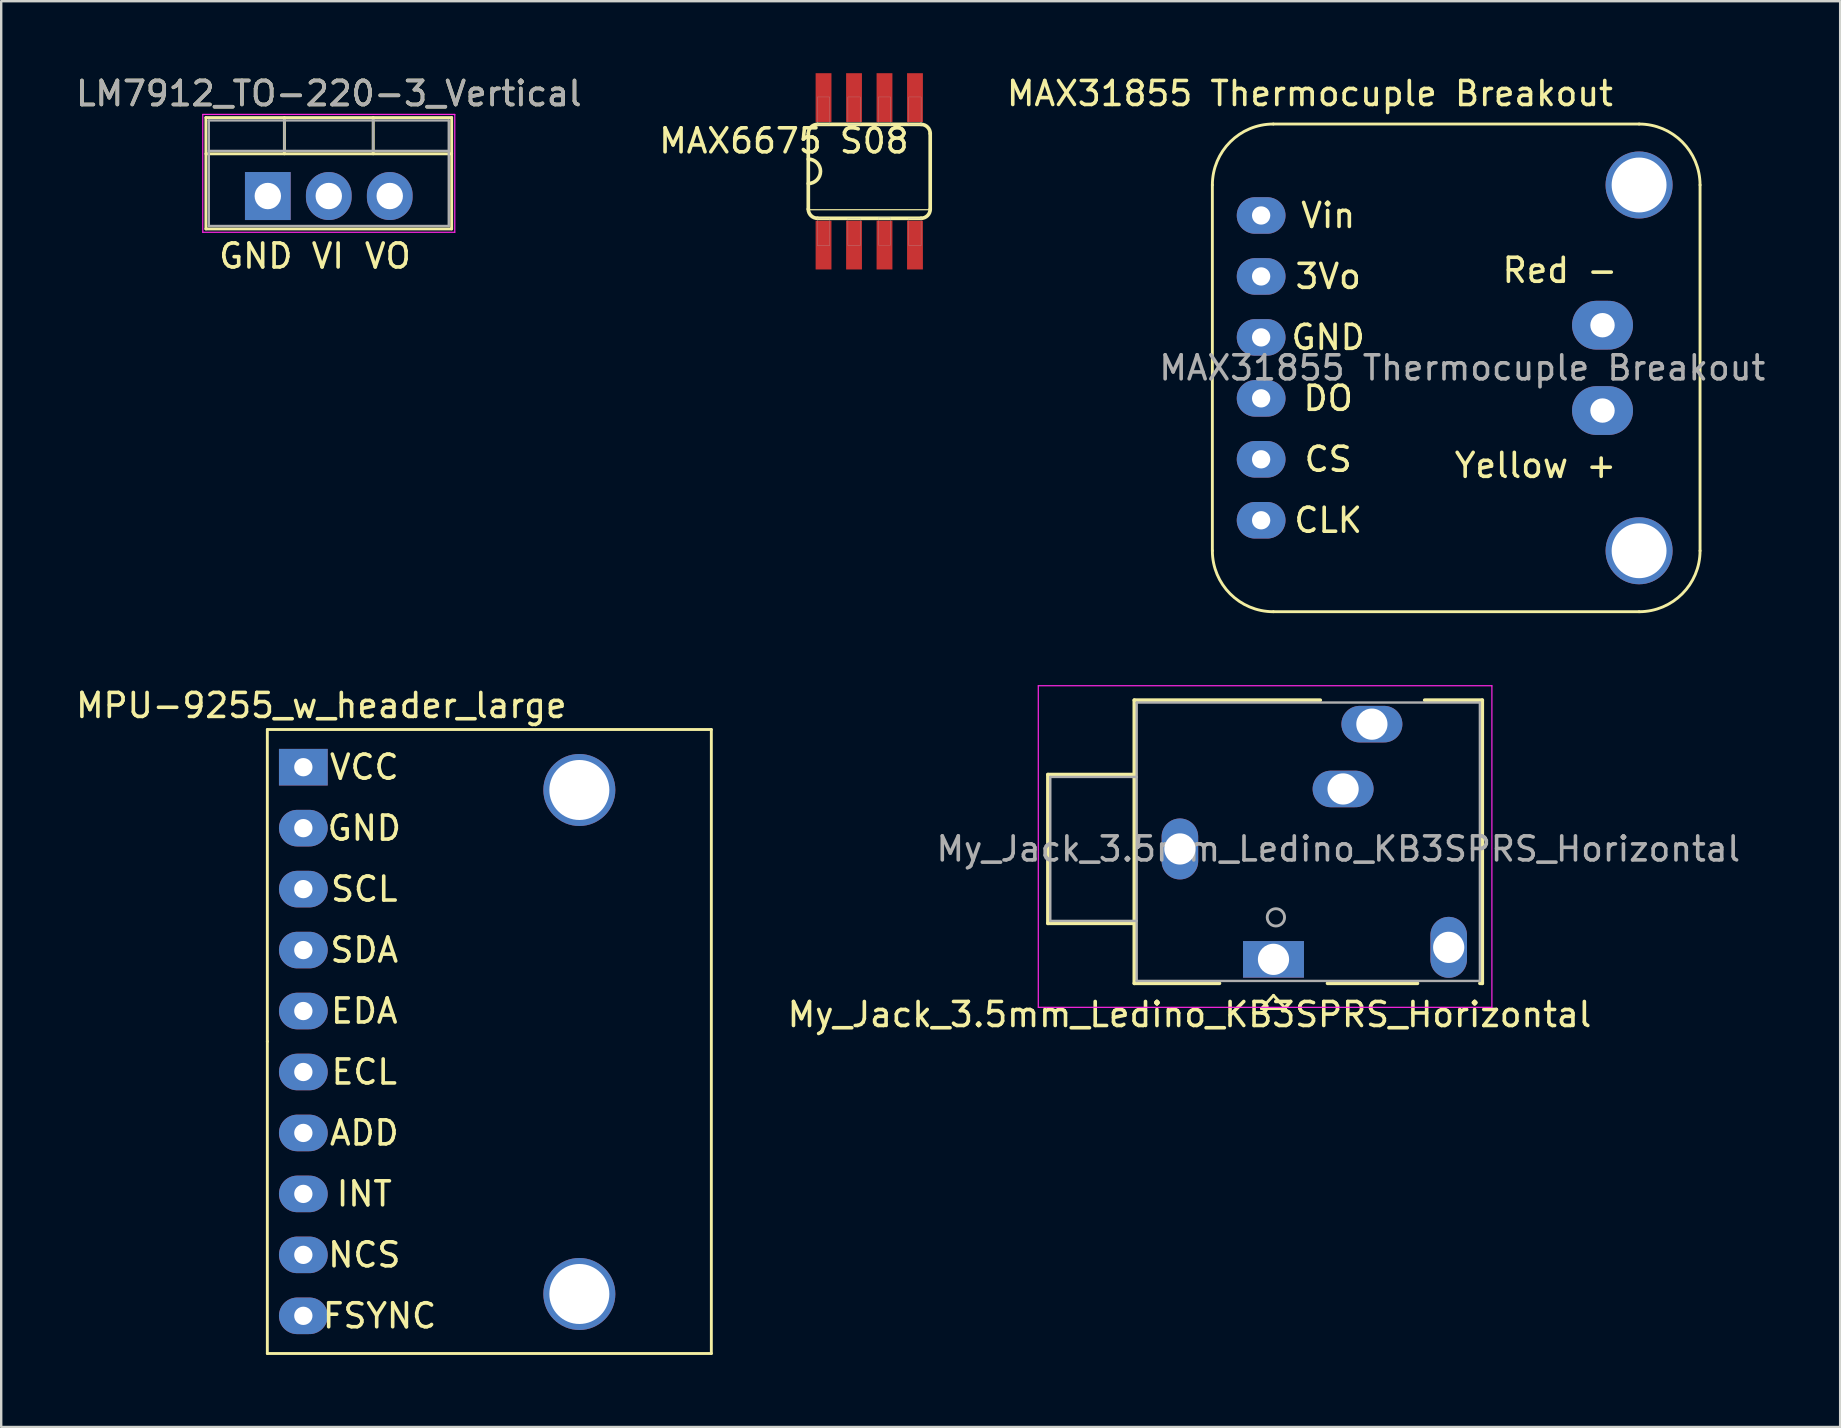
<source format=kicad_pcb>
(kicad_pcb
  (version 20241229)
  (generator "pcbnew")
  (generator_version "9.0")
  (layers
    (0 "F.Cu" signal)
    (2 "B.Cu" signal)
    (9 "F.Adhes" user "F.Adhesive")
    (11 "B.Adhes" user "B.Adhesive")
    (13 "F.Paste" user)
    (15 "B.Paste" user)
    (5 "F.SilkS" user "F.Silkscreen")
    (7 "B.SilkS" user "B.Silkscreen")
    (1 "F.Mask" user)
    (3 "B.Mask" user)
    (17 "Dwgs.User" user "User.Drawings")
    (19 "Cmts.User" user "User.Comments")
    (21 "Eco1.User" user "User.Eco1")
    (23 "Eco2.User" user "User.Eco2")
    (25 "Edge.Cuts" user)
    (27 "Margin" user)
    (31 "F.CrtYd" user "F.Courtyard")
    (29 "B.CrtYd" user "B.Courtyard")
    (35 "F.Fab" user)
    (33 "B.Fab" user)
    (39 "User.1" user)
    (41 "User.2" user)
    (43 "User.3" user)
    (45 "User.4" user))
  (footprint "MPU-9255_w_header_large"
    (layer "F.Cu")
    (at 9.589 28.916)
    (property "Reference" "MPU-9255_w_header_large" (at 0.75 -2.57 0) (layer "F.SilkS") (effects (font (size 1 1) (thickness 0.15))))
    (attr through_hole)
    (fp_line (start -1.5 -1.57) (end 17 -1.57) (stroke (width 0.12) (type solid)) (layer "F.SilkS"))
    (fp_line (start -1.5 11.43) (end -1.5 -1.57) (stroke (width 0.12) (type solid)) (layer "F.SilkS"))
    (fp_line (start -1.5 24.43) (end -1.5 11.43) (stroke (width 0.12) (type solid)) (layer "F.SilkS"))
    (fp_line (start 17 -1.57) (end 17 24.43) (stroke (width 0.12) (type solid)) (layer "F.SilkS"))
    (fp_line (start 17 24.43) (end -1.5 24.43) (stroke (width 0.12) (type solid)) (layer "F.SilkS"))
    (fp_text user "NCS" (at 2.54 20.32 0) (layer "F.SilkS") (effects (font (size 1 1) (thickness 0.15))))
    (fp_text user "ECL" (at 2.54 12.7 0) (layer "F.SilkS") (effects (font (size 1 1) (thickness 0.15))))
    (fp_text user "INT" (at 2.54 17.78 0) (layer "F.SilkS") (effects (font (size 1 1) (thickness 0.15))))
    (fp_text user "SDA" (at 2.54 7.62 0) (layer "F.SilkS") (effects (font (size 1 1) (thickness 0.15))))
    (fp_text user "VCC" (at 2.54 0 0) (layer "F.SilkS") (effects (font (size 1 1) (thickness 0.15))))
    (fp_text user "EDA" (at 2.54 10.16 0) (layer "F.SilkS") (effects (font (size 1 1) (thickness 0.15))))
    (fp_text user "FSYNC" (at 3.175 22.86 0) (layer "F.SilkS") (effects (font (size 1 1) (thickness 0.15))))
    (fp_text user "SCL" (at 2.54 5.08 0) (layer "F.SilkS") (effects (font (size 1 1) (thickness 0.15))))
    (fp_text user "ADD" (at 2.54 15.24 0) (layer "F.SilkS") (effects (font (size 1 1) (thickness 0.15))))
    (fp_text user "GND" (at 2.54 2.54 0) (layer "F.SilkS") (effects (font (size 1 1) (thickness 0.15))))
    (pad "" np_thru_hole circle (at 11.5 0.95) (size 3 3) (drill 2.5) (layers "*.Cu" "*.Mask"))
    (pad "" np_thru_hole circle (at 11.5 21.95) (size 3 3) (drill 2.5) (layers "*.Cu" "*.Mask"))
    (pad "1" thru_hole rect (at 0 0) (size 2.032 1.524) (drill 0.762) (layers "*.Cu" "*.Mask"))
    (pad "2" thru_hole oval (at 0 2.54) (size 2.032 1.524) (drill 0.762) (layers "*.Cu" "*.Mask"))
    (pad "3" thru_hole oval (at 0 5.08) (size 2.032 1.524) (drill 0.762) (layers "*.Cu" "*.Mask"))
    (pad "4" thru_hole oval (at 0 7.62) (size 2.032 1.524) (drill 0.762) (layers "*.Cu" "*.Mask"))
    (pad "5" thru_hole oval (at 0 10.16) (size 2.032 1.524) (drill 0.762) (layers "*.Cu" "*.Mask"))
    (pad "6" thru_hole oval (at 0 12.7) (size 2.032 1.524) (drill 0.762) (layers "*.Cu" "*.Mask"))
    (pad "7" thru_hole oval (at 0 15.24) (size 2.032 1.524) (drill 0.762) (layers "*.Cu" "*.Mask"))
    (pad "8" thru_hole oval (at 0 17.78) (size 2.032 1.524) (drill 0.762) (layers "*.Cu" "*.Mask"))
    (pad "9" thru_hole oval (at 0 20.32) (size 2.032 1.524) (drill 0.762) (layers "*.Cu" "*.Mask"))
    (pad "10" thru_hole oval (at 0 22.86) (size 2.032 1.524) (drill 0.762) (layers "*.Cu" "*.Mask")))
  (footprint "MAX6675 S08"
    (layer "F.Cu")
    (at 33.169 4.089)
    (property "Reference" "MAX6675 S08" (at -3.556 -1.27 180) (layer "F.SilkS") (effects (font (size 1 1) (thickness 0.15))))
    (attr through_hole)
    (fp_line (start -2.54 -1.575) (end -2.54 1.575) (stroke (width 0.152) (type solid)) (layer "F.SilkS"))
    (fp_line (start -2.54 1.6) (end 2.54 1.6) (stroke (width 0.051) (type solid)) (layer "F.SilkS"))
    (fp_line (start -2.159 1.956) (end 2.159 1.956) (stroke (width 0.152) (type solid)) (layer "F.SilkS"))
    (fp_line (start 2.159 -1.956) (end -2.159 -1.956) (stroke (width 0.152) (type solid)) (layer "F.SilkS"))
    (fp_line (start 2.54 1.575) (end 2.54 -1.575) (stroke (width 0.152) (type solid)) (layer "F.SilkS"))
    (fp_arc (start -2.54 -1.5748) (mid -2.428408 -1.844208) (end -2.159 -1.9558) (stroke (width 0.1524) (type solid)) (layer "F.SilkS"))
    (fp_arc (start -2.54 -0.508) (mid -2.032 0) (end -2.54 0.508) (stroke (width 0.1524) (type solid)) (layer "F.SilkS"))
    (fp_arc (start -2.159 1.9558) (mid -2.428408 1.844208) (end -2.54 1.5748) (stroke (width 0.1524) (type solid)) (layer "F.SilkS"))
    (fp_arc (start 2.159 -1.9558) (mid 2.428408 -1.844208) (end 2.54 -1.5748) (stroke (width 0.1524) (type solid)) (layer "F.SilkS"))
    (fp_arc (start 2.54 1.5748) (mid 2.428408 1.844208) (end 2.159 1.9558) (stroke (width 0.1524) (type solid)) (layer "F.SilkS"))
    (fp_poly (pts (xy -2.159 -3.099) (xy -1.651 -3.099) (xy -1.651 -1.956) (xy -2.159 -1.956)) (stroke (width 0.01) (type solid)) (fill no) (layer "F.Fab"))
    (fp_poly (pts (xy -2.159 1.956) (xy -1.651 1.956) (xy -1.651 3.099) (xy -2.159 3.099)) (stroke (width 0.01) (type solid)) (fill no) (layer "F.Fab"))
    (fp_poly (pts (xy -0.889 -3.099) (xy -0.381 -3.099) (xy -0.381 -1.956) (xy -0.889 -1.956)) (stroke (width 0.01) (type solid)) (fill no) (layer "F.Fab"))
    (fp_poly (pts (xy -0.889 1.956) (xy -0.381 1.956) (xy -0.381 3.099) (xy -0.889 3.099)) (stroke (width 0.01) (type solid)) (fill no) (layer "F.Fab"))
    (fp_poly (pts (xy 0.381 -3.099) (xy 0.889 -3.099) (xy 0.889 -1.956) (xy 0.381 -1.956)) (stroke (width 0.01) (type solid)) (fill no) (layer "F.Fab"))
    (fp_poly (pts (xy 0.381 1.93) (xy 0.889 1.93) (xy 0.889 3.073) (xy 0.381 3.073)) (stroke (width 0.01) (type solid)) (fill no) (layer "F.Fab"))
    (fp_poly (pts (xy 1.651 -3.099) (xy 2.159 -3.099) (xy 2.159 -1.956) (xy 1.651 -1.956)) (stroke (width 0.01) (type solid)) (fill no) (layer "F.Fab"))
    (fp_poly (pts (xy 1.651 1.956) (xy 2.159 1.956) (xy 2.159 3.099) (xy 1.651 3.099)) (stroke (width 0.01) (type solid)) (fill no) (layer "F.Fab"))
    (pad "1" smd rect (at -1.905 3.073) (size 0.66 2.032) (layers "F.Cu" "F.Mask" "F.Paste"))
    (pad "2" smd rect (at -0.635 3.073) (size 0.66 2.032) (layers "F.Cu" "F.Mask" "F.Paste"))
    (pad "3" smd rect (at 0.635 3.073) (size 0.66 2.032) (layers "F.Cu" "F.Mask" "F.Paste"))
    (pad "4" smd rect (at 1.905 3.073) (size 0.66 2.032) (layers "F.Cu" "F.Mask" "F.Paste"))
    (pad "5" smd rect (at 1.905 -3.073) (size 0.66 2.032) (layers "F.Cu" "F.Mask" "F.Paste"))
    (pad "6" smd rect (at 0.635 -3.073) (size 0.66 2.032) (layers "F.Cu" "F.Mask" "F.Paste"))
    (pad "7" smd rect (at -0.635 -3.073) (size 0.66 2.032) (layers "F.Cu" "F.Mask" "F.Paste"))
    (pad "8" smd rect (at -1.905 -3.073) (size 0.66 2.032) (layers "F.Cu" "F.Mask" "F.Paste")))
  (footprint "My_Jack_3.5mm_Ledino_KB3SPRS_Horizontal"
    (layer "F.Cu")
    (at 46.112 32.323)
    (property "Reference" "My_Jack_3.5mm_Ledino_KB3SPRS_Horizontal" (at 0.4 6.9 0) (layer "F.SilkS") (effects (font (size 1 1) (thickness 0.15))))
    (attr through_hole)
    (fp_line (start -5.5 -3.1) (end -5.5 3.1) (stroke (width 0.15) (type solid)) (layer "F.SilkS"))
    (fp_line (start -5.5 3.1) (end -1.9 3.1) (stroke (width 0.15) (type solid)) (layer "F.SilkS"))
    (fp_line (start -1.9 -6.2) (end 5.85 -6.2) (stroke (width 0.15) (type solid)) (layer "F.SilkS"))
    (fp_line (start -1.9 -3.1) (end -5.5 -3.1) (stroke (width 0.15) (type solid)) (layer "F.SilkS"))
    (fp_line (start -1.9 5.6) (end -1.9 -6.2) (stroke (width 0.15) (type solid)) (layer "F.SilkS"))
    (fp_line (start 1.65 5.6) (end -1.9 5.6) (stroke (width 0.15) (type solid)) (layer "F.SilkS"))
    (fp_line (start 3.4 6.65) (end 4.4 6.65) (stroke (width 0.12) (type solid)) (layer "F.SilkS"))
    (fp_line (start 3.9 6.1) (end 3.4 6.65) (stroke (width 0.12) (type solid)) (layer "F.SilkS"))
    (fp_line (start 4.4 6.65) (end 3.9 6.1) (stroke (width 0.12) (type solid)) (layer "F.SilkS"))
    (fp_line (start 9.9 5.6) (end 6.15 5.6) (stroke (width 0.15) (type solid)) (layer "F.SilkS"))
    (fp_line (start 10.2 -6.2) (end 12.6 -6.2) (stroke (width 0.15) (type solid)) (layer "F.SilkS"))
    (fp_line (start 12.6 -6.2) (end 12.6 5.6) (stroke (width 0.15) (type solid)) (layer "F.SilkS"))
    (fp_line (start 12.6 5.6) (end 12.5 5.6) (stroke (width 0.15) (type solid)) (layer "F.SilkS"))
    (fp_line (start -5.9 -6.8) (end -5.9 6.6) (stroke (width 0.05) (type solid)) (layer "F.CrtYd"))
    (fp_line (start -5.9 6.6) (end 13 6.6) (stroke (width 0.05) (type solid)) (layer "F.CrtYd"))
    (fp_line (start 13 -6.8) (end -5.9 -6.8) (stroke (width 0.05) (type solid)) (layer "F.CrtYd"))
    (fp_line (start 13 6.6) (end 13 -6.8) (stroke (width 0.05) (type solid)) (layer "F.CrtYd"))
    (fp_line (start -5.4 -3) (end -5.4 3) (stroke (width 0.1) (type solid)) (layer "F.Fab"))
    (fp_line (start -5.4 -3) (end -1.8 -3) (stroke (width 0.1) (type solid)) (layer "F.Fab"))
    (fp_line (start -5.4 3) (end -1.8 3) (stroke (width 0.1) (type solid)) (layer "F.Fab"))
    (fp_line (start -1.8 -6.1) (end -1.8 5.5) (stroke (width 0.1) (type solid)) (layer "F.Fab"))
    (fp_line (start -1.8 5.5) (end 12.5 5.5) (stroke (width 0.1) (type solid)) (layer "F.Fab"))
    (fp_line (start 12.5 -6.1) (end -1.8 -6.1) (stroke (width 0.1) (type solid)) (layer "F.Fab"))
    (fp_line (start 12.5 5.5) (end 12.5 -6.1) (stroke (width 0.1) (type solid)) (layer "F.Fab"))
    (fp_circle (center 4 2.85) (end 4.3 3.05) (stroke (width 0.12) (type solid)) (fill no) (layer "F.Fab"))
    (fp_text user "${REFERENCE}" (at 6.6 0 0) (layer "F.Fab") (effects (font (size 1 1) (thickness 0.15))))
    (pad "G" thru_hole oval (at 0 0) (size 1.524 2.54) (drill 1.3) (layers "*.Cu" "*.Mask"))
    (pad "S" thru_hole oval (at 8 -5.2) (size 2.54 1.524) (drill 1.3) (layers "*.Cu" "*.Mask"))
    (pad "SN" thru_hole oval (at 6.8 -2.5) (size 2.54 1.524) (drill 1.3) (layers "*.Cu" "*.Mask"))
    (pad "T" thru_hole rect (at 3.9 4.6) (size 2.54 1.524) (drill 1.3) (layers "*.Cu" "*.Mask"))
    (pad "TN" thru_hole oval (at 11.2 4.1 90) (size 2.54 1.524) (drill 1.3) (layers "*.Cu" "*.Mask")))
  (footprint "LM7912_TO-220-3_Vertical"
    (layer "F.Cu")
    (at 8.109 5.118)
    (property "Reference" "LM7912_TO-220-3_Vertical" (at 2.54 -4.27 0) (layer "F.SilkS") (effects (font (size 1 1) (thickness 0.15))))
    (attr through_hole)
    (fp_line (start -2.58 -3.27) (end -2.58 1.371) (stroke (width 0.12) (type solid)) (layer "F.SilkS"))
    (fp_line (start -2.58 -3.27) (end 7.66 -3.27) (stroke (width 0.12) (type solid)) (layer "F.SilkS"))
    (fp_line (start -2.58 -1.76) (end 7.66 -1.76) (stroke (width 0.12) (type solid)) (layer "F.SilkS"))
    (fp_line (start -2.58 1.371) (end 7.66 1.371) (stroke (width 0.12) (type solid)) (layer "F.SilkS"))
    (fp_line (start 0.69 -3.27) (end 0.69 -1.76) (stroke (width 0.12) (type solid)) (layer "F.SilkS"))
    (fp_line (start 4.391 -3.27) (end 4.391 -1.76) (stroke (width 0.12) (type solid)) (layer "F.SilkS"))
    (fp_line (start 7.66 -3.27) (end 7.66 1.371) (stroke (width 0.12) (type solid)) (layer "F.SilkS"))
    (fp_line (start -2.71 -3.4) (end -2.71 1.51) (stroke (width 0.05) (type solid)) (layer "F.CrtYd"))
    (fp_line (start -2.71 1.51) (end 7.79 1.51) (stroke (width 0.05) (type solid)) (layer "F.CrtYd"))
    (fp_line (start 7.79 -3.4) (end -2.71 -3.4) (stroke (width 0.05) (type solid)) (layer "F.CrtYd"))
    (fp_line (start 7.79 1.51) (end 7.79 -3.4) (stroke (width 0.05) (type solid)) (layer "F.CrtYd"))
    (fp_line (start -2.46 -3.15) (end -2.46 1.25) (stroke (width 0.1) (type solid)) (layer "F.Fab"))
    (fp_line (start -2.46 -1.88) (end 7.54 -1.88) (stroke (width 0.1) (type solid)) (layer "F.Fab"))
    (fp_line (start -2.46 1.25) (end 7.54 1.25) (stroke (width 0.1) (type solid)) (layer "F.Fab"))
    (fp_line (start 0.69 -3.15) (end 0.69 -1.88) (stroke (width 0.1) (type solid)) (layer "F.Fab"))
    (fp_line (start 4.39 -3.15) (end 4.39 -1.88) (stroke (width 0.1) (type solid)) (layer "F.Fab"))
    (fp_line (start 7.54 -3.15) (end -2.46 -3.15) (stroke (width 0.1) (type solid)) (layer "F.Fab"))
    (fp_line (start 7.54 1.25) (end 7.54 -3.15) (stroke (width 0.1) (type solid)) (layer "F.Fab"))
    (fp_text user "VI" (at 2.5 2.5 0) (layer "F.SilkS") (effects (font (size 1 1) (thickness 0.15))))
    (fp_text user "GND" (at -0.5 2.5 0) (layer "F.SilkS") (effects (font (size 1 1) (thickness 0.15))))
    (fp_text user "VO" (at 5 2.5 0) (layer "F.SilkS") (effects (font (size 1 1) (thickness 0.15))))
    (fp_text user "${REFERENCE}" (at 2.54 -4.27 0) (layer "F.Fab") (effects (font (size 1 1) (thickness 0.15))))
    (pad "1" thru_hole rect (at 0 0) (size 1.905 2) (drill 1.1) (layers "*.Cu" "*.Mask"))
    (pad "2" thru_hole oval (at 2.54 0) (size 1.905 2) (drill 1.1) (layers "*.Cu" "*.Mask"))
    (pad "3" thru_hole oval (at 5.08 0) (size 1.905 2) (drill 1.1) (layers "*.Cu" "*.Mask")))
  (footprint "MAX31855 Thermocuple Breakout"
    (layer "F.Cu")
    (at 49.497 5.928)
    (property "Reference" "MAX31855 Thermocuple Breakout" (at 2.032 -5.08 0) (unlocked yes) (layer "F.SilkS") (effects (font (size 1 1) (thickness 0.15))))
    (attr through_hole)
    (fp_line (start -2.032 13.97) (end -2.032 -1.27) (stroke (width 0.12) (type solid)) (layer "F.SilkS"))
    (fp_line (start 0.508 -3.81) (end 15.748 -3.81) (stroke (width 0.12) (type solid)) (layer "F.SilkS"))
    (fp_line (start 15.748 16.51) (end 0.508 16.51) (stroke (width 0.12) (type solid)) (layer "F.SilkS"))
    (fp_line (start 18.288 -1.27) (end 18.288 13.97) (stroke (width 0.12) (type solid)) (layer "F.SilkS"))
    (fp_arc (start -2.032 -1.27) (mid -1.288051 -3.066051) (end 0.508 -3.81) (stroke (width 0.12) (type solid)) (layer "F.SilkS"))
    (fp_arc (start 0.508 16.51) (mid -1.288051 15.766051) (end -2.032 13.97) (stroke (width 0.12) (type solid)) (layer "F.SilkS"))
    (fp_arc (start 15.748 -3.81) (mid 17.544051 -3.066051) (end 18.288 -1.27) (stroke (width 0.12) (type solid)) (layer "F.SilkS"))
    (fp_arc (start 18.288 13.97) (mid 17.544051 15.766051) (end 15.748 16.51) (stroke (width 0.12) (type solid)) (layer "F.SilkS"))
    (fp_text user "3Vo" (at 2.794 2.54 0) (unlocked yes) (layer "F.SilkS") (effects (font (size 1 1) (thickness 0.15))))
    (fp_text user "DO" (at 2.794 7.62 0) (unlocked yes) (layer "F.SilkS") (effects (font (size 1 1) (thickness 0.15))))
    (fp_text user "Vin" (at 2.794 0 0) (unlocked yes) (layer "F.SilkS") (effects (font (size 1 1) (thickness 0.15))))
    (fp_text user "Yellow +" (at 11.43 10.414 0) (unlocked yes) (layer "F.SilkS") (effects (font (size 1 1) (thickness 0.15))))
    (fp_text user "CS" (at 2.794 10.16 0) (unlocked yes) (layer "F.SilkS") (effects (font (size 1 1) (thickness 0.15))))
    (fp_text user "GND" (at 2.794 5.08 0) (unlocked yes) (layer "F.SilkS") (effects (font (size 1 1) (thickness 0.15))))
    (fp_text user "CLK" (at 2.794 12.7 0) (unlocked yes) (layer "F.SilkS") (effects (font (size 1 1) (thickness 0.15))))
    (fp_text user "Red -" (at 12.446 2.286 0) (unlocked yes) (layer "F.SilkS") (effects (font (size 1 1) (thickness 0.15))))
    (fp_text user "${REFERENCE}" (at 8.382 6.35 0) (unlocked yes) (layer "F.Fab") (effects (font (size 1 1) (thickness 0.15))))
    (pad "" np_thru_hole circle (at 15.748 -1.27) (size 2.794 2.794) (drill 2.286) (layers "*.Cu" "*.Mask"))
    (pad "" np_thru_hole circle (at 15.748 13.97) (size 2.794 2.794) (drill 2.286) (layers "*.Cu" "*.Mask"))
    (pad "1" thru_hole oval (at 0 0) (size 2.032 1.524) (drill 0.762) (layers "*.Cu" "*.Mask"))
    (pad "2" thru_hole oval (at 0 2.54) (size 2.032 1.524) (drill 0.762) (layers "*.Cu" "*.Mask"))
    (pad "3" thru_hole oval (at 0 5.08) (size 2.032 1.524) (drill 0.762) (layers "*.Cu" "*.Mask"))
    (pad "4" thru_hole oval (at 0 7.62) (size 2.032 1.524) (drill 0.762) (layers "*.Cu" "*.Mask"))
    (pad "5" thru_hole oval (at 0 10.16) (size 2.032 1.524) (drill 0.762) (layers "*.Cu" "*.Mask"))
    (pad "6" thru_hole oval (at 0 12.7) (size 2.032 1.524) (drill 0.762) (layers "*.Cu" "*.Mask"))
    (pad "7" thru_hole oval (at 14.224 4.572) (size 2.54 2.032) (drill 1.016) (layers "*.Cu" "*.Mask"))
    (pad "8" thru_hole oval (at 14.224 8.128) (size 2.54 2.032) (drill 1.016) (layers "*.Cu" "*.Mask")))
  (gr_rect
    (start -3 -3)
    (end 73.623 56.407)
    (stroke (width 0.1) (type default))
    (fill no)
    (layer "Edge.Cuts")))
</source>
